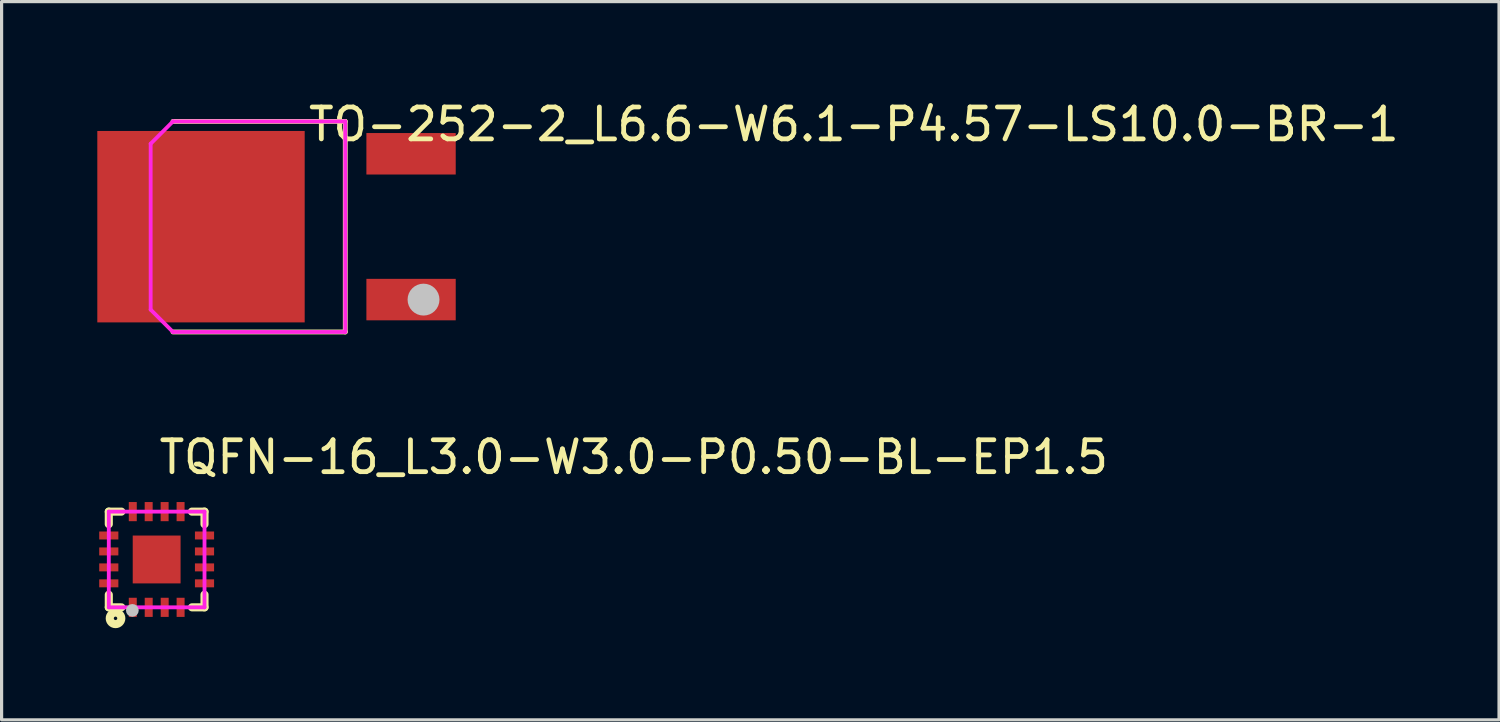
<source format=kicad_pcb>
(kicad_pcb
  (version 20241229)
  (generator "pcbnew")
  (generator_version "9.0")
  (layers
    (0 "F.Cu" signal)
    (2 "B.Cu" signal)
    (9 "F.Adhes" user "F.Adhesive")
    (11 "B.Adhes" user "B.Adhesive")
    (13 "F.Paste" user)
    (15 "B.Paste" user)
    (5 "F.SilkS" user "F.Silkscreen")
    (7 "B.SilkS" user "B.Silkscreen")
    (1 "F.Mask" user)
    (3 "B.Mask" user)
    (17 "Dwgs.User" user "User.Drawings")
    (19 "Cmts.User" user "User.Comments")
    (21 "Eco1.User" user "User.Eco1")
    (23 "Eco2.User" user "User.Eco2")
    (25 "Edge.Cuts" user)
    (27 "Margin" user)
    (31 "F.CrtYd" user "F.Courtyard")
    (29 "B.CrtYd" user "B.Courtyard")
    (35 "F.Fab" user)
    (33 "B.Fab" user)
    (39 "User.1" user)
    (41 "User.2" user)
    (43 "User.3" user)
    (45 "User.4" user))
  (footprint "TO-252-2_L6.6-W6.1-P4.57-LS10.0-BR-1"
    (layer "F.Cu")
    (at 6.542 4.055)
    (property "Reference" "TO-252-2_L6.6-W6.1-P4.57-LS10.0-BR-1" (at 0 -3.207 0) (layer "F.SilkS") (effects (font (size 1 1) (thickness 0.15)) (justify left)))
    (attr through_hole)
    (fp_line (start -4.17 -3.3) (end 1.23 -3.3) (stroke (width 0.152) (type solid)) (layer "F.SilkS"))
    (fp_line (start 1.23 -3.3) (end 1.23 3.3) (stroke (width 0.152) (type solid)) (layer "F.SilkS"))
    (fp_line (start 1.23 3.3) (end -4.17 3.3) (stroke (width 0.152) (type solid)) (layer "F.SilkS"))
    (fp_circle (center 3.683 2.286) (end 3.933 2.286) (stroke (width 0.5) (type solid)) (fill no) (layer "Dwgs.User"))
    (fp_line (start 1.22 -2.665) (end 2.69 -2.665) (stroke (width 0.12) (type solid)) (layer "Eco2.User"))
    (fp_line (start 1.22 -1.905) (end 1.22 -2.665) (stroke (width 0.12) (type solid)) (layer "Eco2.User"))
    (fp_line (start 1.22 1.905) (end 2.69 1.905) (stroke (width 0.12) (type solid)) (layer "Eco2.User"))
    (fp_line (start 1.22 2.665) (end 1.22 1.905) (stroke (width 0.12) (type solid)) (layer "Eco2.User"))
    (fp_line (start 2.69 -2.665) (end 2.69 -1.905) (stroke (width 0.12) (type solid)) (layer "Eco2.User"))
    (fp_line (start 2.69 -1.905) (end 1.22 -1.905) (stroke (width 0.12) (type solid)) (layer "Eco2.User"))
    (fp_line (start 2.69 1.905) (end 2.69 2.665) (stroke (width 0.12) (type solid)) (layer "Eco2.User"))
    (fp_line (start 2.69 2.665) (end 1.22 2.665) (stroke (width 0.12) (type solid)) (layer "Eco2.User"))
    (fp_circle (center 4.13 3.3) (end 4.16 3.3) (stroke (width 0.06) (type solid)) (fill no) (layer "Eco2.User"))
    (fp_poly (pts (xy -0.47 2.665) (xy -5.87 2.665) (xy -5.87 -2.665) (xy -0.47 -2.665)) (stroke (width 0.12) (type solid)) (fill no) (layer "Eco2.User"))
    (fp_poly (pts (xy 2.63 -2.665) (xy 4.13 -2.665) (xy 4.13 -1.905) (xy 2.63 -1.905)) (stroke (width 0.12) (type solid)) (fill no) (layer "Eco2.User"))
    (fp_poly (pts (xy 2.63 1.905) (xy 4.13 1.905) (xy 4.13 2.665) (xy 2.63 2.665)) (stroke (width 0.12) (type solid)) (fill no) (layer "Eco2.User"))
    (fp_line (start -4.87 -2.6) (end -4.17 -3.3) (stroke (width 0.12) (type solid)) (layer "F.CrtYd"))
    (fp_line (start -4.87 2.6) (end -4.87 -2.6) (stroke (width 0.12) (type solid)) (layer "F.CrtYd"))
    (fp_line (start -4.17 -3.3) (end 1.23 -3.3) (stroke (width 0.12) (type solid)) (layer "F.CrtYd"))
    (fp_line (start -4.17 3.3) (end -4.87 2.6) (stroke (width 0.12) (type solid)) (layer "F.CrtYd"))
    (fp_line (start 1.23 -3.3) (end 1.23 3.3) (stroke (width 0.12) (type solid)) (layer "F.CrtYd"))
    (fp_line (start 1.23 3.3) (end -4.17 3.3) (stroke (width 0.12) (type solid)) (layer "F.CrtYd"))
    (pad "1" smd rect (at 3.292 2.285) (size 2.8 1.3) (layers "F.Cu" "F.Mask" "F.Paste"))
    (pad "2" smd rect (at -3.292 0) (size 6.5 6) (layers "F.Cu" "F.Mask" "F.Paste"))
    (pad "3" smd rect (at 3.292 -2.285) (size 2.8 1.3) (layers "F.Cu" "F.Mask" "F.Paste")))
  (footprint "TQFN-16_L3.0-W3.0-P0.50-BL-EP1.5"
    (layer "F.Cu")
    (at 1.86 14.486)
    (property "Reference" "TQFN-16_L3.0-W3.0-P0.50-BL-EP1.5" (at 0 -3.207 0) (layer "F.SilkS") (effects (font (size 1 1) (thickness 0.15)) (justify left)))
    (attr through_hole)
    (fp_line (start -1.5 -1.5) (end -1.5 -1.108) (stroke (width 0.254) (type solid)) (layer "F.SilkS"))
    (fp_line (start -1.5 -1.5) (end -1.105 -1.5) (stroke (width 0.254) (type solid)) (layer "F.SilkS"))
    (fp_line (start -1.5 1.104) (end -1.5 1.5) (stroke (width 0.254) (type solid)) (layer "F.SilkS"))
    (fp_line (start -1.5 1.5) (end -1.105 1.5) (stroke (width 0.254) (type solid)) (layer "F.SilkS"))
    (fp_line (start 1.106 -1.5) (end 1.5 -1.5) (stroke (width 0.254) (type solid)) (layer "F.SilkS"))
    (fp_line (start 1.108 1.5) (end 1.5 1.5) (stroke (width 0.254) (type solid)) (layer "F.SilkS"))
    (fp_line (start 1.5 -1.108) (end 1.5 -1.5) (stroke (width 0.254) (type solid)) (layer "F.SilkS"))
    (fp_line (start 1.5 1.5) (end 1.5 1.104) (stroke (width 0.254) (type solid)) (layer "F.SilkS"))
    (fp_circle (center -1.289 1.845) (end -1.235 1.845) (stroke (width 0.254) (type solid)) (fill no) (layer "F.SilkS"))
    (fp_poly (pts (xy -1.8 -0.627) (xy -1.8 -0.877) (xy -1.2 -0.877) (xy -1.2 -0.627)) (stroke (width 0.12) (type solid)) (fill yes) (layer "F.Paste"))
    (fp_poly (pts (xy -1.8 -0.127) (xy -1.8 -0.377) (xy -1.2 -0.377) (xy -1.2 -0.127)) (stroke (width 0.12) (type solid)) (fill yes) (layer "F.Paste"))
    (fp_poly (pts (xy -1.8 0.373) (xy -1.8 0.123) (xy -1.2 0.123) (xy -1.2 0.373)) (stroke (width 0.12) (type solid)) (fill yes) (layer "F.Paste"))
    (fp_poly (pts (xy -1.8 0.873) (xy -1.8 0.623) (xy -1.2 0.623) (xy -1.2 0.873)) (stroke (width 0.12) (type solid)) (fill yes) (layer "F.Paste"))
    (fp_poly (pts (xy -0.873 -1.8) (xy -0.623 -1.8) (xy -0.623 -1.2) (xy -0.873 -1.2)) (stroke (width 0.12) (type solid)) (fill yes) (layer "F.Paste"))
    (fp_poly (pts (xy -0.623 1.8) (xy -0.873 1.8) (xy -0.873 1.2) (xy -0.623 1.2)) (stroke (width 0.12) (type solid)) (fill yes) (layer "F.Paste"))
    (fp_poly (pts (xy -0.6 0.6) (xy -0.6 -0.6) (xy 0.6 -0.6) (xy 0.6 0.6)) (stroke (width 0.12) (type solid)) (fill yes) (layer "F.Paste"))
    (fp_poly (pts (xy -0.375 -1.8) (xy -0.125 -1.8) (xy -0.125 -1.2) (xy -0.375 -1.2)) (stroke (width 0.12) (type solid)) (fill yes) (layer "F.Paste"))
    (fp_poly (pts (xy -0.123 1.8) (xy -0.373 1.8) (xy -0.373 1.2) (xy -0.123 1.2)) (stroke (width 0.12) (type solid)) (fill yes) (layer "F.Paste"))
    (fp_poly (pts (xy 0.125 -1.8) (xy 0.375 -1.8) (xy 0.375 -1.2) (xy 0.125 -1.2)) (stroke (width 0.12) (type solid)) (fill yes) (layer "F.Paste"))
    (fp_poly (pts (xy 0.377 1.8) (xy 0.127 1.8) (xy 0.127 1.2) (xy 0.377 1.2)) (stroke (width 0.12) (type solid)) (fill yes) (layer "F.Paste"))
    (fp_poly (pts (xy 0.625 -1.8) (xy 0.875 -1.8) (xy 0.875 -1.2) (xy 0.625 -1.2)) (stroke (width 0.12) (type solid)) (fill yes) (layer "F.Paste"))
    (fp_poly (pts (xy 0.877 1.8) (xy 0.627 1.8) (xy 0.627 1.2) (xy 0.877 1.2)) (stroke (width 0.12) (type solid)) (fill yes) (layer "F.Paste"))
    (fp_poly (pts (xy 1.8 -0.877) (xy 1.8 -0.627) (xy 1.2 -0.627) (xy 1.2 -0.877)) (stroke (width 0.12) (type solid)) (fill yes) (layer "F.Paste"))
    (fp_poly (pts (xy 1.8 -0.377) (xy 1.8 -0.127) (xy 1.2 -0.127) (xy 1.2 -0.377)) (stroke (width 0.12) (type solid)) (fill yes) (layer "F.Paste"))
    (fp_poly (pts (xy 1.8 0.123) (xy 1.8 0.373) (xy 1.2 0.373) (xy 1.2 0.123)) (stroke (width 0.12) (type solid)) (fill yes) (layer "F.Paste"))
    (fp_poly (pts (xy 1.8 0.623) (xy 1.8 0.873) (xy 1.2 0.873) (xy 1.2 0.623)) (stroke (width 0.12) (type solid)) (fill yes) (layer "F.Paste"))
    (fp_circle (center -0.762 1.596) (end -0.662 1.596) (stroke (width 0.2) (type solid)) (fill no) (layer "Dwgs.User"))
    (fp_circle (center -1.5 1.5) (end -1.47 1.5) (stroke (width 0.06) (type solid)) (fill no) (layer "Eco2.User"))
    (fp_poly (pts (xy -1.2 -0.852) (xy -1.2 -0.652) (xy -1.5 -0.652) (xy -1.5 -0.852)) (stroke (width 0.12) (type solid)) (fill no) (layer "Eco2.User"))
    (fp_poly (pts (xy -1.2 -0.352) (xy -1.2 -0.152) (xy -1.5 -0.152) (xy -1.5 -0.352)) (stroke (width 0.12) (type solid)) (fill no) (layer "Eco2.User"))
    (fp_poly (pts (xy -1.2 0.148) (xy -1.2 0.348) (xy -1.5 0.348) (xy -1.5 0.148)) (stroke (width 0.12) (type solid)) (fill no) (layer "Eco2.User"))
    (fp_poly (pts (xy -1.2 0.648) (xy -1.2 0.848) (xy -1.5 0.848) (xy -1.5 0.648)) (stroke (width 0.12) (type solid)) (fill no) (layer "Eco2.User"))
    (fp_poly (pts (xy -0.848 -1.5) (xy -0.648 -1.5) (xy -0.648 -1.2) (xy -0.848 -1.2)) (stroke (width 0.12) (type solid)) (fill no) (layer "Eco2.User"))
    (fp_poly (pts (xy -0.75 0.75) (xy -0.75 -0.75) (xy 0.75 -0.75) (xy 0.75 0.75)) (stroke (width 0.12) (type solid)) (fill no) (layer "Eco2.User"))
    (fp_poly (pts (xy -0.648 1.5) (xy -0.848 1.5) (xy -0.848 1.2) (xy -0.648 1.2)) (stroke (width 0.12) (type solid)) (fill no) (layer "Eco2.User"))
    (fp_poly (pts (xy -0.35 -1.5) (xy -0.15 -1.5) (xy -0.15 -1.2) (xy -0.35 -1.2)) (stroke (width 0.12) (type solid)) (fill no) (layer "Eco2.User"))
    (fp_poly (pts (xy -0.149 1.5) (xy -0.349 1.5) (xy -0.349 1.2) (xy -0.149 1.2)) (stroke (width 0.12) (type solid)) (fill no) (layer "Eco2.User"))
    (fp_poly (pts (xy 0.15 -1.5) (xy 0.35 -1.5) (xy 0.35 -1.2) (xy 0.15 -1.2)) (stroke (width 0.12) (type solid)) (fill no) (layer "Eco2.User"))
    (fp_poly (pts (xy 0.352 1.5) (xy 0.152 1.5) (xy 0.152 1.2) (xy 0.352 1.2)) (stroke (width 0.12) (type solid)) (fill no) (layer "Eco2.User"))
    (fp_poly (pts (xy 0.65 -1.5) (xy 0.85 -1.5) (xy 0.85 -1.2) (xy 0.65 -1.2)) (stroke (width 0.12) (type solid)) (fill no) (layer "Eco2.User"))
    (fp_poly (pts (xy 0.851 1.5) (xy 0.651 1.5) (xy 0.651 1.2) (xy 0.851 1.2)) (stroke (width 0.12) (type solid)) (fill no) (layer "Eco2.User"))
    (fp_poly (pts (xy 1.2 -0.652) (xy 1.2 -0.852) (xy 1.5 -0.852) (xy 1.5 -0.652)) (stroke (width 0.12) (type solid)) (fill no) (layer "Eco2.User"))
    (fp_poly (pts (xy 1.2 -0.152) (xy 1.2 -0.352) (xy 1.5 -0.352) (xy 1.5 -0.152)) (stroke (width 0.12) (type solid)) (fill no) (layer "Eco2.User"))
    (fp_poly (pts (xy 1.2 0.348) (xy 1.2 0.148) (xy 1.5 0.148) (xy 1.5 0.348)) (stroke (width 0.12) (type solid)) (fill no) (layer "Eco2.User"))
    (fp_poly (pts (xy 1.2 0.848) (xy 1.2 0.648) (xy 1.5 0.648) (xy 1.5 0.848)) (stroke (width 0.12) (type solid)) (fill no) (layer "Eco2.User"))
    (fp_line (start -1.5 -1.5) (end 1.5 -1.5) (stroke (width 0.12) (type solid)) (layer "F.CrtYd"))
    (fp_line (start -1.5 1.5) (end -1.5 -1.5) (stroke (width 0.12) (type solid)) (layer "F.CrtYd"))
    (fp_line (start 1.5 -1.5) (end 1.5 1.5) (stroke (width 0.12) (type solid)) (layer "F.CrtYd"))
    (fp_line (start 1.5 1.5) (end -1.5 1.5) (stroke (width 0.12) (type solid)) (layer "F.CrtYd"))
    (pad "1" smd rect (at -0.748 1.5 180) (size 0.25 0.6) (layers "F.Cu" "F.Mask" "F.Paste"))
    (pad "2" smd rect (at -0.249 1.5 180) (size 0.25 0.6) (layers "F.Cu" "F.Mask" "F.Paste"))
    (pad "3" smd rect (at 0.252 1.5 180) (size 0.25 0.6) (layers "F.Cu" "F.Mask" "F.Paste"))
    (pad "4" smd rect (at 0.751 1.5 180) (size 0.25 0.6) (layers "F.Cu" "F.Mask" "F.Paste"))
    (pad "5" smd rect (at 1.5 0.748 270) (size 0.25 0.6) (layers "F.Cu" "F.Mask" "F.Paste"))
    (pad "6" smd rect (at 1.5 0.248 270) (size 0.25 0.6) (layers "F.Cu" "F.Mask" "F.Paste"))
    (pad "7" smd rect (at 1.5 -0.252 270) (size 0.25 0.6) (layers "F.Cu" "F.Mask" "F.Paste"))
    (pad "8" smd rect (at 1.5 -0.752 270) (size 0.25 0.6) (layers "F.Cu" "F.Mask" "F.Paste"))
    (pad "9" smd rect (at 0.75 -1.5) (size 0.25 0.6) (layers "F.Cu" "F.Mask" "F.Paste"))
    (pad "10" smd rect (at 0.25 -1.5) (size 0.25 0.6) (layers "F.Cu" "F.Mask" "F.Paste"))
    (pad "11" smd rect (at -0.25 -1.5) (size 0.25 0.6) (layers "F.Cu" "F.Mask" "F.Paste"))
    (pad "12" smd rect (at -0.748 -1.5) (size 0.25 0.6) (layers "F.Cu" "F.Mask" "F.Paste"))
    (pad "13" smd rect (at -1.5 -0.752 90) (size 0.25 0.6) (layers "F.Cu" "F.Mask" "F.Paste"))
    (pad "14" smd rect (at -1.5 -0.252 90) (size 0.25 0.6) (layers "F.Cu" "F.Mask" "F.Paste"))
    (pad "15" smd rect (at -1.5 0.248 90) (size 0.25 0.6) (layers "F.Cu" "F.Mask" "F.Paste"))
    (pad "16" smd rect (at -1.5 0.748 90) (size 0.25 0.6) (layers "F.Cu" "F.Mask" "F.Paste"))
    (pad "17" smd rect (at 0 0 90) (size 1.5 1.5) (layers "F.Cu" "F.Mask" "F.Paste")))
  (gr_rect
    (start -3 -3)
    (end 43.935 19.512)
    (stroke (width 0.1) (type default))
    (fill no)
    (layer "Edge.Cuts")))
</source>
